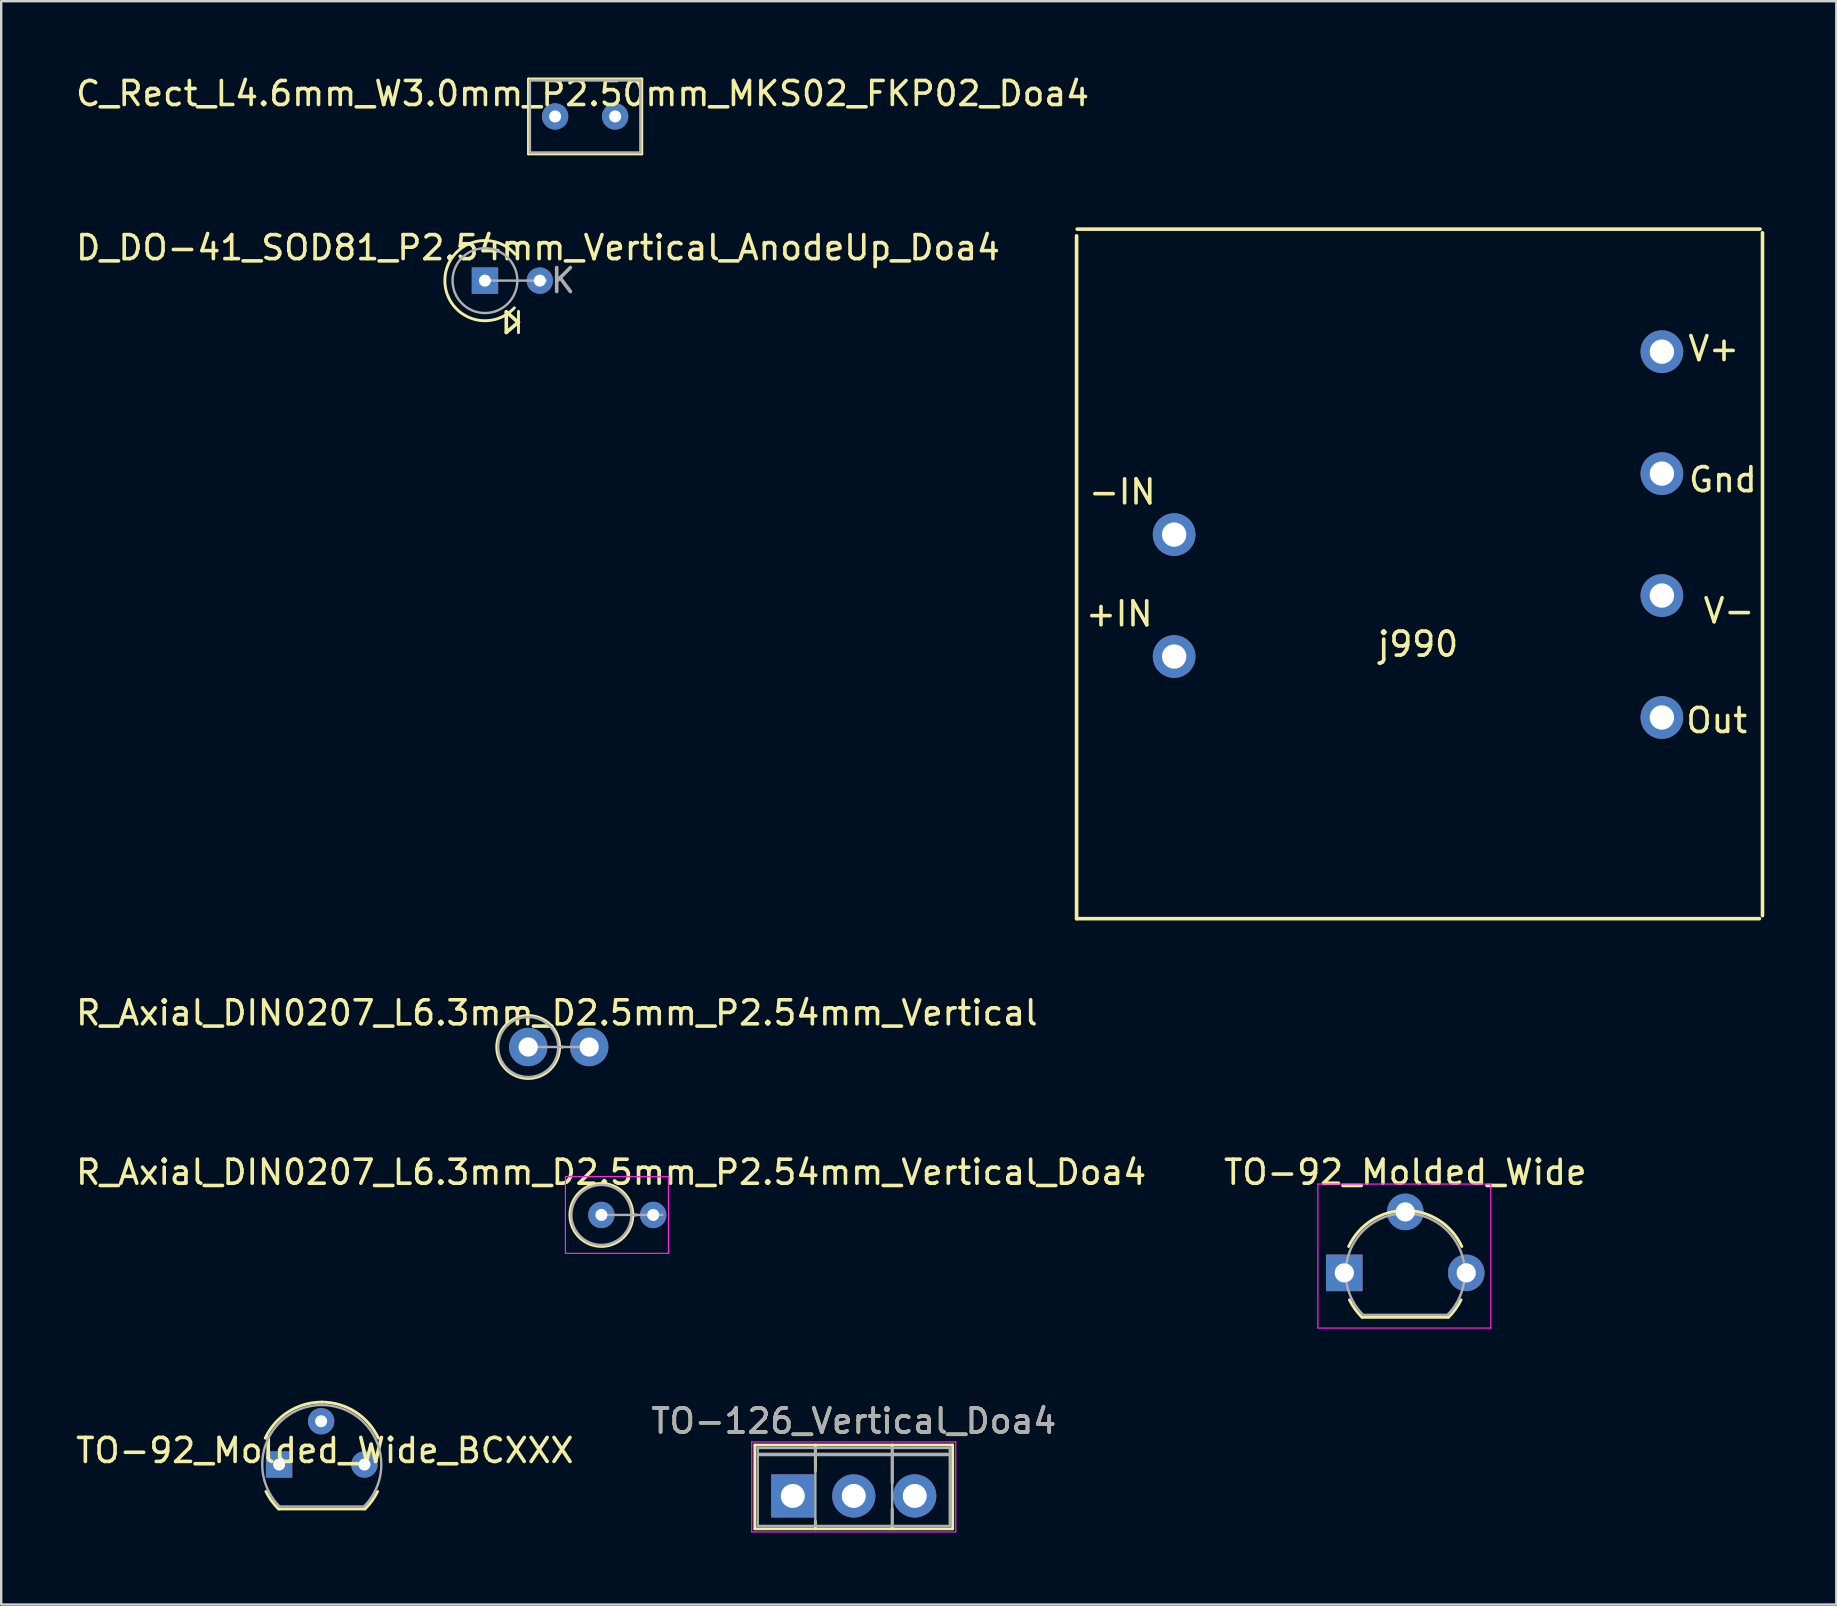
<source format=kicad_pcb>
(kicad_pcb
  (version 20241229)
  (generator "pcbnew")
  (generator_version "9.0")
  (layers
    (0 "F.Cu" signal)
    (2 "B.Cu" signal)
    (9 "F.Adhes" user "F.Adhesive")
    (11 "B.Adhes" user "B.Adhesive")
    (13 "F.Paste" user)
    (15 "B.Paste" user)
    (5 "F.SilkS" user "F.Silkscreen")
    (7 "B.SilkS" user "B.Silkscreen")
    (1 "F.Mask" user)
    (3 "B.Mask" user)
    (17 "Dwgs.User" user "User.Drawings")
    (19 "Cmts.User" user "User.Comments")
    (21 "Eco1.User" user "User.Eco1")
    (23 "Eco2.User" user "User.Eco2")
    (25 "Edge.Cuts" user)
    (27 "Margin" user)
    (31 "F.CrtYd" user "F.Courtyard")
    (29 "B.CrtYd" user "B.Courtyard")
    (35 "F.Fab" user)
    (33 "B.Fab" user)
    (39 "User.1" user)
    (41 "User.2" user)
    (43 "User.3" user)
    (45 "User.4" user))
  (footprint "R_Axial_DIN0207_L6.3mm_D2.5mm_P2.54mm_Vertical_Doa4"
    (layer "F.Cu")
    (at 22.004 47.565)
    (property "Reference" "R_Axial_DIN0207_L6.3mm_D2.5mm_P2.54mm_Vertical_Doa4" (at 0.406 -1.778 0) (layer "F.SilkS") (effects (font (size 1 1) (thickness 0.15))))
    (attr through_hole)
    (fp_line (start 1.31 0) (end 1.44 0) (stroke (width 0.12) (type solid)) (layer "F.SilkS"))
    (fp_circle (center 0 0) (end 1.31 0) (stroke (width 0.12) (type solid)) (fill no) (layer "F.SilkS"))
    (fp_line (start -1.5 1.6) (end 2.769 1.6) (stroke (width 0.05) (type solid)) (layer "F.CrtYd"))
    (fp_line (start -1.498 -1.6) (end -1.498 1.6) (stroke (width 0.05) (type solid)) (layer "F.CrtYd"))
    (fp_line (start 2.794 -1.6) (end -1.5 -1.6) (stroke (width 0.05) (type solid)) (layer "F.CrtYd"))
    (fp_line (start 2.794 1.6) (end 2.794 -1.6) (stroke (width 0.05) (type solid)) (layer "F.CrtYd"))
    (fp_line (start 0 0) (end 2.54 0) (stroke (width 0.1) (type solid)) (layer "F.Fab"))
    (fp_circle (center 0 0) (end 1.25 0) (stroke (width 0.1) (type solid)) (fill no) (layer "F.Fab"))
    (pad "1" thru_hole circle (at 0 0) (size 1.1 1.1) (drill 0.5) (layers "*.Cu" "*.Mask"))
    (pad "2" thru_hole oval (at 2.159 0) (size 1.1 1.1) (drill 0.5) (layers "*.Cu" "*.Mask")))
  (footprint "j990"
    (layer "F.Cu")
    (at 56.025 21.761)
    (property "Reference" "j990" (at 0 2.024 0) (layer "F.SilkS") (effects (font (size 1 1) (thickness 0.15))))
    (attr through_hole)
    (fp_line (start -14.224 -14.986) (end -14.224 13.462) (stroke (width 0.15) (type solid)) (layer "F.SilkS"))
    (fp_line (start -14.224 13.462) (end 14.224 13.462) (stroke (width 0.15) (type solid)) (layer "F.SilkS"))
    (fp_line (start -14.199 -15.265) (end 14.249 -15.265) (stroke (width 0.15) (type solid)) (layer "F.SilkS"))
    (fp_line (start 14.351 -15.113) (end 14.351 13.335) (stroke (width 0.15) (type solid)) (layer "F.SilkS"))
    (fp_text user "V-" (at 12.954 0.635 0) (layer "F.SilkS") (effects (font (size 1 1) (thickness 0.15))))
    (fp_text user "Out" (at 12.446 5.207 0) (layer "F.SilkS") (effects (font (size 1 1) (thickness 0.15))))
    (fp_text user "+IN" (at -12.446 0.762 0) (layer "F.SilkS") (effects (font (size 1 1) (thickness 0.15))))
    (fp_text user "V+" (at 12.319 -10.287 0) (layer "F.SilkS") (effects (font (size 1 1) (thickness 0.15))))
    (fp_text user "Gnd" (at 12.7 -4.826 0) (layer "F.SilkS") (effects (font (size 1 1) (thickness 0.15))))
    (fp_text user "-IN" (at -12.319 -4.318 0) (layer "F.SilkS") (effects (font (size 1 1) (thickness 0.15))))
    (pad "1" thru_hole circle (at 10.16 -10.16) (size 1.778 1.778) (drill 1.016) (layers "*.Cu" "*.Mask"))
    (pad "2" thru_hole circle (at 10.16 -5.08) (size 1.778 1.778) (drill 1.016) (layers "*.Cu" "*.Mask"))
    (pad "3" thru_hole circle (at 10.16 0) (size 1.778 1.778) (drill 1.016) (layers "*.Cu" "*.Mask"))
    (pad "4" thru_hole circle (at 10.16 5.08) (size 1.778 1.778) (drill 1.016) (layers "*.Cu" "*.Mask"))
    (pad "5" thru_hole circle (at -10.16 -2.54) (size 1.778 1.778) (drill 1.016) (layers "*.Cu" "*.Mask"))
    (pad "6" thru_hole circle (at -10.16 2.54) (size 1.778 1.778) (drill 1.016) (layers "*.Cu" "*.Mask")))
  (footprint "TO-126_Vertical_Doa4"
    (layer "F.Cu")
    (at 29.978 59.271)
    (property "Reference" "TO-126_Vertical_Doa4" (at 2.54 -3.12 0) (layer "F.SilkS") (effects (font (size 1 1) (thickness 0.15))))
    (attr through_hole)
    (fp_line (start -1.58 -2.12) (end -1.58 1.37) (stroke (width 0.12) (type solid)) (layer "F.SilkS"))
    (fp_line (start -1.58 -2.12) (end 6.66 -2.12) (stroke (width 0.12) (type solid)) (layer "F.SilkS"))
    (fp_line (start -1.58 1.37) (end 6.66 1.37) (stroke (width 0.12) (type solid)) (layer "F.SilkS"))
    (fp_line (start 0.94 -2.12) (end 0.94 -1.05) (stroke (width 0.12) (type solid)) (layer "F.SilkS"))
    (fp_line (start 0.94 1.05) (end 0.94 1.37) (stroke (width 0.12) (type solid)) (layer "F.SilkS"))
    (fp_line (start 4.141 -2.12) (end 4.141 -0.54) (stroke (width 0.12) (type solid)) (layer "F.SilkS"))
    (fp_line (start 4.141 0.54) (end 4.141 1.37) (stroke (width 0.12) (type solid)) (layer "F.SilkS"))
    (fp_line (start 6.66 -2.12) (end 6.66 1.37) (stroke (width 0.12) (type solid)) (layer "F.SilkS"))
    (fp_line (start -1.71 -2.25) (end -1.71 1.5) (stroke (width 0.05) (type solid)) (layer "F.CrtYd"))
    (fp_line (start -1.71 1.5) (end 6.79 1.5) (stroke (width 0.05) (type solid)) (layer "F.CrtYd"))
    (fp_line (start 6.79 -2.25) (end -1.71 -2.25) (stroke (width 0.05) (type solid)) (layer "F.CrtYd"))
    (fp_line (start 6.79 1.5) (end 6.79 -2.25) (stroke (width 0.05) (type solid)) (layer "F.CrtYd"))
    (fp_line (start -1.46 -2) (end -1.46 1.25) (stroke (width 0.1) (type solid)) (layer "F.Fab"))
    (fp_line (start -1.46 1.25) (end 6.54 1.25) (stroke (width 0.1) (type solid)) (layer "F.Fab"))
    (fp_line (start 0.94 -2) (end 0.94 1.25) (stroke (width 0.1) (type solid)) (layer "F.Fab"))
    (fp_line (start 4.14 -2) (end 4.14 1.25) (stroke (width 0.1) (type solid)) (layer "F.Fab"))
    (fp_line (start 6.54 -2) (end -1.46 -2) (stroke (width 0.1) (type solid)) (layer "F.Fab"))
    (fp_line (start 6.54 1.25) (end 6.54 -2) (stroke (width 0.1) (type solid)) (layer "F.Fab"))
    (fp_line (start 6.553 -1.727) (end -1.422 -1.727) (stroke (width 0.15) (type solid)) (layer "F.Fab"))
    (fp_text user "${REFERENCE}" (at 2.54 -3.12 0) (layer "F.Fab") (effects (font (size 1 1) (thickness 0.15))))
    (pad "1" thru_hole oval (at 5.08 0) (size 1.8 1.8) (drill 1) (layers "*.Cu" "*.Mask"))
    (pad "2" thru_hole oval (at 2.54 0) (size 1.8 1.8) (drill 1) (layers "*.Cu" "*.Mask"))
    (pad "3" thru_hole rect (at 0 0) (size 1.8 1.8) (drill 1) (layers "*.Cu" "*.Mask")))
  (footprint "TO-92_Molded_Wide_BCXXX"
    (layer "F.Cu")
    (at 7.815 57.963)
    (property "Reference" "TO-92_Molded_Wide_BCXXX" (at 2.667 -0.584 180) (layer "F.SilkS") (effects (font (size 1 1) (thickness 0.15))))
    (attr through_hole)
    (fp_line (start 0.74 1.85) (end 4.34 1.85) (stroke (width 0.12) (type solid)) (layer "F.SilkS"))
    (fp_arc (start 0.1836 -1.098807) (mid 1.143021 -2.192817) (end 2.54 -2.6) (stroke (width 0.12) (type solid)) (layer "F.SilkS"))
    (fp_arc (start 0.74 1.85) (mid 0.446097 1.509328) (end 0.215816 1.122795) (stroke (width 0.12) (type solid)) (layer "F.SilkS"))
    (fp_arc (start 2.54 -2.6) (mid 3.936979 -2.192818) (end 4.8964 -1.098807) (stroke (width 0.12) (type solid)) (layer "F.SilkS"))
    (fp_arc (start 4.864184 1.122795) (mid 4.633903 1.509328) (end 4.34 1.85) (stroke (width 0.12) (type solid)) (layer "F.SilkS"))
    (fp_line (start 0.8 1.75) (end 4.3 1.75) (stroke (width 0.1) (type solid)) (layer "F.Fab"))
    (fp_arc (start 0.786375 1.753625) (mid 0.248779 -0.949055) (end 2.54 -2.48) (stroke (width 0.1) (type solid)) (layer "F.Fab"))
    (fp_arc (start 2.54 -2.48) (mid 4.831221 -0.949055) (end 4.293625 1.753625) (stroke (width 0.1) (type solid)) (layer "F.Fab"))
    (pad "1" thru_hole circle (at 4.318 0 90) (size 1.1 1.1) (drill 0.5) (layers "*.Cu" "*.Mask"))
    (pad "2" thru_hole circle (at 2.515 -1.803 90) (size 1.1 1.1) (drill 0.5) (layers "*.Cu" "*.Mask"))
    (pad "3" thru_hole rect (at 0.762 0 90) (size 1.1 1.1) (drill 0.5) (layers "*.Cu" "*.Mask")))
  (footprint "R_Axial_DIN0207_L6.3mm_D2.5mm_P2.54mm_Vertical"
    (layer "F.Cu")
    (at 18.955 40.569)
    (property "Reference" "R_Axial_DIN0207_L6.3mm_D2.5mm_P2.54mm_Vertical" (at 1.194 -1.422 0) (layer "F.SilkS") (effects (font (size 1 1) (thickness 0.15))))
    (attr through_hole)
    (fp_line (start 1.31 0) (end 1.44 0) (stroke (width 0.12) (type solid)) (layer "F.SilkS"))
    (fp_circle (center 0 0) (end 1.31 0) (stroke (width 0.12) (type solid)) (fill no) (layer "F.SilkS"))
    (fp_line (start 0 0) (end 2.54 0) (stroke (width 0.1) (type solid)) (layer "F.Fab"))
    (fp_circle (center 0 0) (end 1.25 0) (stroke (width 0.1) (type solid)) (fill no) (layer "F.Fab"))
    (pad "1" thru_hole circle (at 0 0) (size 1.6 1.6) (drill 0.8) (layers "*.Cu" "*.Mask"))
    (pad "2" thru_hole oval (at 2.54 0) (size 1.6 1.6) (drill 0.8) (layers "*.Cu" "*.Mask")))
  (footprint "D_DO-41_SOD81_P2.54mm_Vertical_AnodeUp_Doa4"
    (layer "F.Cu")
    (at 17.153 8.641)
    (property "Reference" "D_DO-41_SOD81_P2.54mm_Vertical_AnodeUp_Doa4" (at 2.21 -1.372 0) (layer "F.SilkS") (effects (font (size 1 1) (thickness 0.15))))
    (attr through_hole)
    (fp_line (start 0.889 1.321) (end 0.889 2.159) (stroke (width 0.15) (type solid)) (layer "F.SilkS"))
    (fp_line (start 0.889 2.159) (end 1.397 1.727) (stroke (width 0.15) (type solid)) (layer "F.SilkS"))
    (fp_line (start 1.372 1.727) (end 0.889 1.295) (stroke (width 0.15) (type solid)) (layer "F.SilkS"))
    (fp_line (start 1.397 1.28) (end 1.397 2.169) (stroke (width 0.12) (type solid)) (layer "F.SilkS"))
    (fp_arc (start 1.227401 1.133505) (mid -1.670581 -0.022525) (end 1.257516 -1.1) (stroke (width 0.12) (type solid)) (layer "F.SilkS"))
    (fp_line (start 0 0) (end 2.54 0) (stroke (width 0.1) (type solid)) (layer "F.Fab"))
    (fp_circle (center 0 0) (end 1.35 0) (stroke (width 0.1) (type solid)) (fill no) (layer "F.Fab"))
    (fp_text user "K" (at 3.251 0 0) (layer "F.Fab") (effects (font (size 1 1) (thickness 0.15))))
    (pad "1" thru_hole rect (at 0 0) (size 1.1 1.1) (drill 0.5) (layers "*.Cu" "*.Mask"))
    (pad "2" thru_hole oval (at 2.286 0) (size 1.1 1.1) (drill 0.5) (layers "*.Cu" "*.Mask")))
  (footprint "TO-92_Molded_Wide"
    (layer "F.Cu")
    (at 52.954 49.978)
    (property "Reference" "TO-92_Molded_Wide" (at 2.54 -4.191 180) (layer "F.SilkS") (effects (font (size 1 1) (thickness 0.15))))
    (attr through_hole)
    (fp_line (start 0.74 1.85) (end 4.34 1.85) (stroke (width 0.12) (type solid)) (layer "F.SilkS"))
    (fp_arc (start 0.1836 -1.098807) (mid 1.143021 -2.192817) (end 2.54 -2.6) (stroke (width 0.12) (type solid)) (layer "F.SilkS"))
    (fp_arc (start 0.74 1.85) (mid 0.446097 1.509328) (end 0.215816 1.122795) (stroke (width 0.12) (type solid)) (layer "F.SilkS"))
    (fp_arc (start 2.54 -2.6) (mid 3.936979 -2.192818) (end 4.8964 -1.098807) (stroke (width 0.12) (type solid)) (layer "F.SilkS"))
    (fp_arc (start 4.864184 1.122795) (mid 4.633903 1.509328) (end 4.34 1.85) (stroke (width 0.12) (type solid)) (layer "F.SilkS"))
    (fp_line (start -1.1 -3.7) (end 6.1 -3.7) (stroke (width 0.05) (type solid)) (layer "F.CrtYd"))
    (fp_line (start -1.1 2.3) (end -1.1 -3.7) (stroke (width 0.05) (type solid)) (layer "F.CrtYd"))
    (fp_line (start 6.1 -3.7) (end 6.1 2.3) (stroke (width 0.05) (type solid)) (layer "F.CrtYd"))
    (fp_line (start 6.1 2.3) (end -1.1 2.3) (stroke (width 0.05) (type solid)) (layer "F.CrtYd"))
    (fp_line (start 0.8 1.75) (end 4.3 1.75) (stroke (width 0.1) (type solid)) (layer "F.Fab"))
    (fp_arc (start 0.786375 1.753625) (mid 0.248779 -0.949055) (end 2.54 -2.48) (stroke (width 0.1) (type solid)) (layer "F.Fab"))
    (fp_arc (start 2.54 -2.48) (mid 4.831221 -0.949055) (end 4.293625 1.753625) (stroke (width 0.1) (type solid)) (layer "F.Fab"))
    (pad "1" thru_hole rect (at 0 0 90) (size 1.524 1.524) (drill 0.8) (layers "*.Cu" "*.Mask"))
    (pad "2" thru_hole circle (at 2.54 -2.54 90) (size 1.524 1.524) (drill 0.8) (layers "*.Cu" "*.Mask"))
    (pad "3" thru_hole circle (at 5.08 0 90) (size 1.524 1.524) (drill 0.8) (layers "*.Cu" "*.Mask")))
  (footprint "C_Rect_L4.6mm_W3.0mm_P2.50mm_MKS02_FKP02_Doa4"
    (layer "F.Cu")
    (at 20.077 1.801)
    (property "Reference" "C_Rect_L4.6mm_W3.0mm_P2.50mm_MKS02_FKP02_Doa4" (at 1.143 -0.953 0) (layer "F.SilkS") (effects (font (size 1 1) (thickness 0.15))))
    (attr through_hole)
    (fp_line (start -1.11 -1.56) (end -1.11 1.56) (stroke (width 0.12) (type solid)) (layer "F.SilkS"))
    (fp_line (start -1.11 -1.56) (end 3.61 -1.56) (stroke (width 0.12) (type solid)) (layer "F.SilkS"))
    (fp_line (start -1.11 1.56) (end 3.61 1.56) (stroke (width 0.12) (type solid)) (layer "F.SilkS"))
    (fp_line (start 3.61 -1.56) (end 3.61 1.56) (stroke (width 0.12) (type solid)) (layer "F.SilkS"))
    (fp_line (start -1.05 -1.5) (end -1.05 1.5) (stroke (width 0.1) (type solid)) (layer "F.Fab"))
    (fp_line (start -1.05 1.5) (end 3.55 1.5) (stroke (width 0.1) (type solid)) (layer "F.Fab"))
    (fp_line (start 3.55 -1.5) (end -1.05 -1.5) (stroke (width 0.1) (type solid)) (layer "F.Fab"))
    (fp_line (start 3.55 1.5) (end 3.55 -1.5) (stroke (width 0.1) (type solid)) (layer "F.Fab"))
    (pad "1" thru_hole circle (at 0 0) (size 1.1 1.1) (drill 0.5) (layers "*.Cu" "*.Mask"))
    (pad "2" thru_hole circle (at 2.5 0) (size 1.1 1.1) (drill 0.5) (layers "*.Cu" "*.Mask")))
  (gr_rect
    (start -3 -3)
    (end 73.451 63.796)
    (stroke (width 0.1) (type default))
    (fill no)
    (layer "Edge.Cuts")))
</source>
